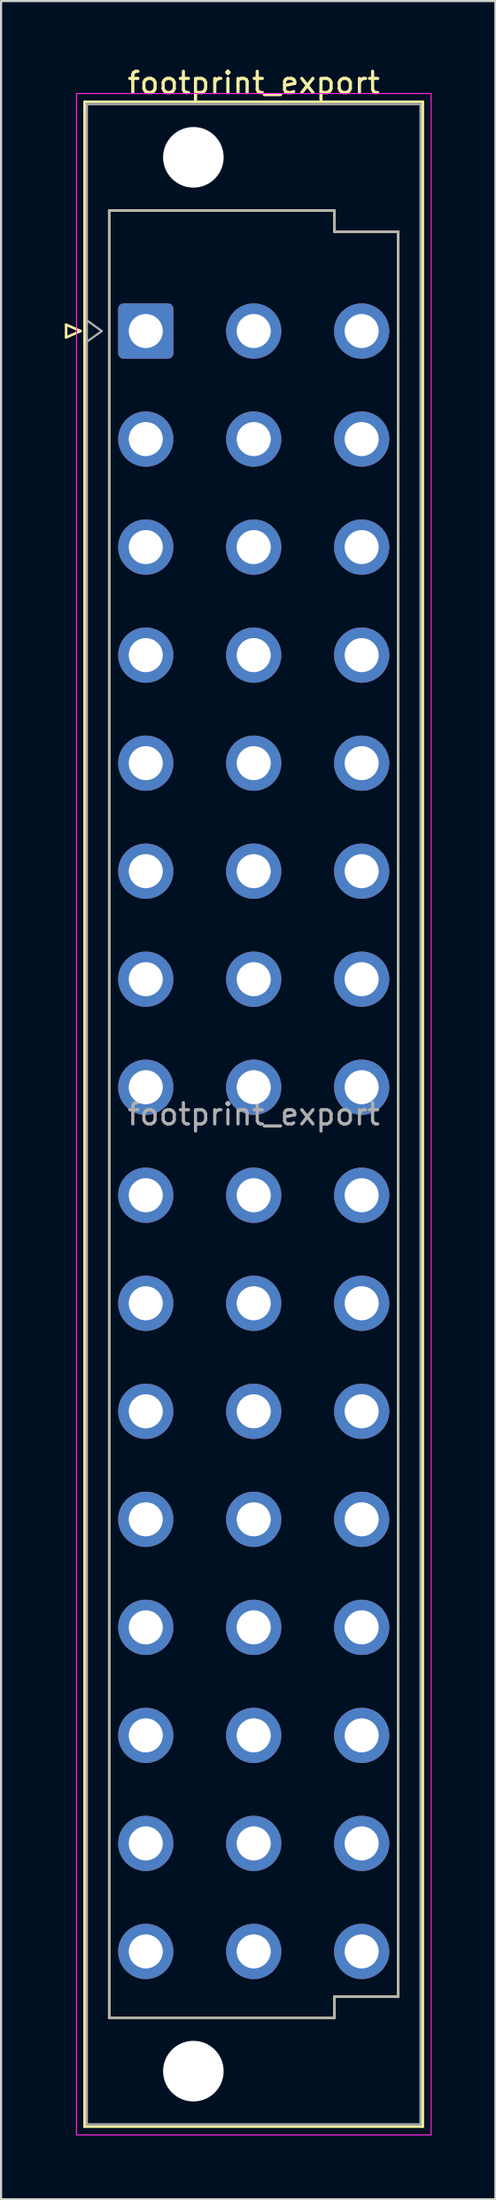
<source format=kicad_pcb>
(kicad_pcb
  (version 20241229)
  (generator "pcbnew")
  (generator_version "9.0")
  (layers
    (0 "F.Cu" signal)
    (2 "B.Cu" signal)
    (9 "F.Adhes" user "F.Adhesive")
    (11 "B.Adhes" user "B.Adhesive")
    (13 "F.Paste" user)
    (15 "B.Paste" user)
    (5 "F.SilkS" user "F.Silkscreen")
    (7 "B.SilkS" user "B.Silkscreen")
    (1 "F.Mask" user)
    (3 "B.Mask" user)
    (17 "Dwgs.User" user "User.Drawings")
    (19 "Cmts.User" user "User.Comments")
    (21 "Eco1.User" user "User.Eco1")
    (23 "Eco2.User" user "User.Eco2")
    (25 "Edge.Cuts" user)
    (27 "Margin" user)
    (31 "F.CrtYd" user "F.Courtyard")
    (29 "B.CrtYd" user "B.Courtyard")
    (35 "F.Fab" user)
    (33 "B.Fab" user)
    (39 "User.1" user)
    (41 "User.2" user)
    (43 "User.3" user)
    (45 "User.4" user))
  (footprint "footprint_export"
    (layer "F.Cu")
    (at 3.81 9.978)
    (property "Reference" "footprint_export" (at 5.08 -9.13 0) (layer "F.SilkS") (effects (font (size 1 1) (thickness 0.15))))
    (attr through_hole)
    (fp_line (start -3.75 2.24) (end -3.75 2.84) (stroke (width 0.12) (type solid)) (layer "F.SilkS"))
    (fp_line (start -3.75 2.84) (end -3.07 2.54) (stroke (width 0.12) (type solid)) (layer "F.SilkS"))
    (fp_line (start -3.07 2.54) (end -3.75 2.24) (stroke (width 0.12) (type solid)) (layer "F.SilkS"))
    (fp_line (start -2.88 -8.24) (end 13.04 -8.24) (stroke (width 0.12) (type solid)) (layer "F.SilkS"))
    (fp_line (start -2.88 86.98) (end -2.88 -8.24) (stroke (width 0.12) (type solid)) (layer "F.SilkS"))
    (fp_line (start -1.72 -3.131) (end 8.88 -3.131) (stroke (width 0.12) (type solid)) (layer "F.SilkS"))
    (fp_line (start -1.72 81.87) (end -1.72 -3.131) (stroke (width 0.12) (type solid)) (layer "F.SilkS"))
    (fp_line (start 8.88 -3.131) (end 8.88 -2.131) (stroke (width 0.12) (type solid)) (layer "F.SilkS"))
    (fp_line (start 8.88 -2.131) (end 11.88 -2.131) (stroke (width 0.12) (type solid)) (layer "F.SilkS"))
    (fp_line (start 8.88 80.87) (end 8.88 81.87) (stroke (width 0.12) (type solid)) (layer "F.SilkS"))
    (fp_line (start 8.88 81.87) (end -1.72 81.87) (stroke (width 0.12) (type solid)) (layer "F.SilkS"))
    (fp_line (start 11.88 -2.131) (end 11.88 80.87) (stroke (width 0.12) (type solid)) (layer "F.SilkS"))
    (fp_line (start 11.88 80.87) (end 8.88 80.87) (stroke (width 0.12) (type solid)) (layer "F.SilkS"))
    (fp_line (start 13.04 -8.24) (end 13.04 86.98) (stroke (width 0.12) (type solid)) (layer "F.SilkS"))
    (fp_line (start 13.04 86.98) (end -2.88 86.98) (stroke (width 0.12) (type solid)) (layer "F.SilkS"))
    (fp_line (start -3.26 -8.63) (end 13.43 -8.63) (stroke (width 0.05) (type solid)) (layer "F.CrtYd"))
    (fp_line (start -3.26 87.37) (end -3.26 -8.63) (stroke (width 0.05) (type solid)) (layer "F.CrtYd"))
    (fp_line (start 13.43 -8.63) (end 13.43 87.37) (stroke (width 0.05) (type solid)) (layer "F.CrtYd"))
    (fp_line (start 13.43 87.37) (end -3.26 87.37) (stroke (width 0.05) (type solid)) (layer "F.CrtYd"))
    (fp_line (start -2.77 -8.13) (end 12.93 -8.13) (stroke (width 0.1) (type solid)) (layer "F.Fab"))
    (fp_line (start -2.77 2.04) (end -2.07 2.54) (stroke (width 0.1) (type solid)) (layer "F.Fab"))
    (fp_line (start -2.77 86.87) (end -2.77 -8.13) (stroke (width 0.1) (type solid)) (layer "F.Fab"))
    (fp_line (start -2.07 2.54) (end -2.77 3.04) (stroke (width 0.1) (type solid)) (layer "F.Fab"))
    (fp_line (start -1.72 -3.13) (end 8.88 -3.13) (stroke (width 0.1) (type solid)) (layer "F.Fab"))
    (fp_line (start -1.72 81.87) (end -1.72 -3.13) (stroke (width 0.1) (type solid)) (layer "F.Fab"))
    (fp_line (start 8.88 -3.13) (end 8.88 -2.13) (stroke (width 0.1) (type solid)) (layer "F.Fab"))
    (fp_line (start 8.88 -2.13) (end 11.88 -2.13) (stroke (width 0.1) (type solid)) (layer "F.Fab"))
    (fp_line (start 8.88 80.87) (end 8.88 81.87) (stroke (width 0.1) (type solid)) (layer "F.Fab"))
    (fp_line (start 8.88 81.87) (end -1.72 81.87) (stroke (width 0.1) (type solid)) (layer "F.Fab"))
    (fp_line (start 11.88 -2.13) (end 11.88 80.87) (stroke (width 0.1) (type solid)) (layer "F.Fab"))
    (fp_line (start 11.88 80.87) (end 8.88 80.87) (stroke (width 0.1) (type solid)) (layer "F.Fab"))
    (fp_line (start 12.93 -8.13) (end 12.93 86.87) (stroke (width 0.1) (type solid)) (layer "F.Fab"))
    (fp_line (start 12.93 86.87) (end -2.77 86.87) (stroke (width 0.1) (type solid)) (layer "F.Fab"))
    (fp_text user "${REFERENCE}" (at 5.08 39.37 0) (layer "F.Fab") (effects (font (size 1 1) (thickness 0.15))))
    (pad "" np_thru_hole circle (at 2.24 -5.63) (size 2.85 2.85) (drill 2.85) (layers "*.Cu" "*.Mask"))
    (pad "" np_thru_hole circle (at 2.24 84.37) (size 2.85 2.85) (drill 2.85) (layers "*.Cu" "*.Mask"))
    (pad "a2" thru_hole roundrect (at 0 2.54) (size 2.6 2.6) (drill 1.6) (layers "*.Cu" "*.Mask") (roundrect_rratio 0.096))
    (pad "a4" thru_hole circle (at 0 7.62) (size 2.6 2.6) (drill 1.6) (layers "*.Cu" "*.Mask"))
    (pad "a6" thru_hole circle (at 0 12.7) (size 2.6 2.6) (drill 1.6) (layers "*.Cu" "*.Mask"))
    (pad "a8" thru_hole circle (at 0 17.78) (size 2.6 2.6) (drill 1.6) (layers "*.Cu" "*.Mask"))
    (pad "a10" thru_hole circle (at 0 22.86) (size 2.6 2.6) (drill 1.6) (layers "*.Cu" "*.Mask"))
    (pad "a12" thru_hole circle (at 0 27.94) (size 2.6 2.6) (drill 1.6) (layers "*.Cu" "*.Mask"))
    (pad "a14" thru_hole circle (at 0 33.02) (size 2.6 2.6) (drill 1.6) (layers "*.Cu" "*.Mask"))
    (pad "a16" thru_hole circle (at 0 38.1) (size 2.6 2.6) (drill 1.6) (layers "*.Cu" "*.Mask"))
    (pad "a18" thru_hole circle (at 0 43.18) (size 2.6 2.6) (drill 1.6) (layers "*.Cu" "*.Mask"))
    (pad "a20" thru_hole circle (at 0 48.26) (size 2.6 2.6) (drill 1.6) (layers "*.Cu" "*.Mask"))
    (pad "a22" thru_hole circle (at 0 53.34) (size 2.6 2.6) (drill 1.6) (layers "*.Cu" "*.Mask"))
    (pad "a24" thru_hole circle (at 0 58.42) (size 2.6 2.6) (drill 1.6) (layers "*.Cu" "*.Mask"))
    (pad "a26" thru_hole circle (at 0 63.5) (size 2.6 2.6) (drill 1.6) (layers "*.Cu" "*.Mask"))
    (pad "a28" thru_hole circle (at 0 68.58) (size 2.6 2.6) (drill 1.6) (layers "*.Cu" "*.Mask"))
    (pad "a30" thru_hole circle (at 0 73.66) (size 2.6 2.6) (drill 1.6) (layers "*.Cu" "*.Mask"))
    (pad "a32" thru_hole circle (at 0 78.74) (size 2.6 2.6) (drill 1.6) (layers "*.Cu" "*.Mask"))
    (pad "c2" thru_hole circle (at 5.08 2.54) (size 2.6 2.6) (drill 1.6) (layers "*.Cu" "*.Mask"))
    (pad "c4" thru_hole circle (at 5.08 7.62) (size 2.6 2.6) (drill 1.6) (layers "*.Cu" "*.Mask"))
    (pad "c6" thru_hole circle (at 5.08 12.7) (size 2.6 2.6) (drill 1.6) (layers "*.Cu" "*.Mask"))
    (pad "c8" thru_hole circle (at 5.08 17.78) (size 2.6 2.6) (drill 1.6) (layers "*.Cu" "*.Mask"))
    (pad "c10" thru_hole circle (at 5.08 22.86) (size 2.6 2.6) (drill 1.6) (layers "*.Cu" "*.Mask"))
    (pad "c12" thru_hole circle (at 5.08 27.94) (size 2.6 2.6) (drill 1.6) (layers "*.Cu" "*.Mask"))
    (pad "c14" thru_hole circle (at 5.08 33.02) (size 2.6 2.6) (drill 1.6) (layers "*.Cu" "*.Mask"))
    (pad "c16" thru_hole circle (at 5.08 38.1) (size 2.6 2.6) (drill 1.6) (layers "*.Cu" "*.Mask"))
    (pad "c18" thru_hole circle (at 5.08 43.18) (size 2.6 2.6) (drill 1.6) (layers "*.Cu" "*.Mask"))
    (pad "c20" thru_hole circle (at 5.08 48.26) (size 2.6 2.6) (drill 1.6) (layers "*.Cu" "*.Mask"))
    (pad "c22" thru_hole circle (at 5.08 53.34) (size 2.6 2.6) (drill 1.6) (layers "*.Cu" "*.Mask"))
    (pad "c24" thru_hole circle (at 5.08 58.42) (size 2.6 2.6) (drill 1.6) (layers "*.Cu" "*.Mask"))
    (pad "c26" thru_hole circle (at 5.08 63.5) (size 2.6 2.6) (drill 1.6) (layers "*.Cu" "*.Mask"))
    (pad "c28" thru_hole circle (at 5.08 68.58) (size 2.6 2.6) (drill 1.6) (layers "*.Cu" "*.Mask"))
    (pad "c30" thru_hole circle (at 5.08 73.66) (size 2.6 2.6) (drill 1.6) (layers "*.Cu" "*.Mask"))
    (pad "c32" thru_hole circle (at 5.08 78.74) (size 2.6 2.6) (drill 1.6) (layers "*.Cu" "*.Mask"))
    (pad "e2" thru_hole circle (at 10.16 2.54) (size 2.6 2.6) (drill 1.6) (layers "*.Cu" "*.Mask"))
    (pad "e4" thru_hole circle (at 10.16 7.62) (size 2.6 2.6) (drill 1.6) (layers "*.Cu" "*.Mask"))
    (pad "e6" thru_hole circle (at 10.16 12.7) (size 2.6 2.6) (drill 1.6) (layers "*.Cu" "*.Mask"))
    (pad "e8" thru_hole circle (at 10.16 17.78) (size 2.6 2.6) (drill 1.6) (layers "*.Cu" "*.Mask"))
    (pad "e10" thru_hole circle (at 10.16 22.86) (size 2.6 2.6) (drill 1.6) (layers "*.Cu" "*.Mask"))
    (pad "e12" thru_hole circle (at 10.16 27.94) (size 2.6 2.6) (drill 1.6) (layers "*.Cu" "*.Mask"))
    (pad "e14" thru_hole circle (at 10.16 33.02) (size 2.6 2.6) (drill 1.6) (layers "*.Cu" "*.Mask"))
    (pad "e16" thru_hole circle (at 10.16 38.1) (size 2.6 2.6) (drill 1.6) (layers "*.Cu" "*.Mask"))
    (pad "e18" thru_hole circle (at 10.16 43.18) (size 2.6 2.6) (drill 1.6) (layers "*.Cu" "*.Mask"))
    (pad "e20" thru_hole circle (at 10.16 48.26) (size 2.6 2.6) (drill 1.6) (layers "*.Cu" "*.Mask"))
    (pad "e22" thru_hole circle (at 10.16 53.34) (size 2.6 2.6) (drill 1.6) (layers "*.Cu" "*.Mask"))
    (pad "e24" thru_hole circle (at 10.16 58.42) (size 2.6 2.6) (drill 1.6) (layers "*.Cu" "*.Mask"))
    (pad "e26" thru_hole circle (at 10.16 63.5) (size 2.6 2.6) (drill 1.6) (layers "*.Cu" "*.Mask"))
    (pad "e28" thru_hole circle (at 10.16 68.58) (size 2.6 2.6) (drill 1.6) (layers "*.Cu" "*.Mask"))
    (pad "e30" thru_hole circle (at 10.16 73.66) (size 2.6 2.6) (drill 1.6) (layers "*.Cu" "*.Mask"))
    (pad "e32" thru_hole circle (at 10.16 78.74) (size 2.6 2.6) (drill 1.6) (layers "*.Cu" "*.Mask")))
  (gr_rect
    (start -3 -3)
    (end 20.265 100.373)
    (stroke (width 0.1) (type default))
    (fill no)
    (layer "Edge.Cuts")))
</source>
